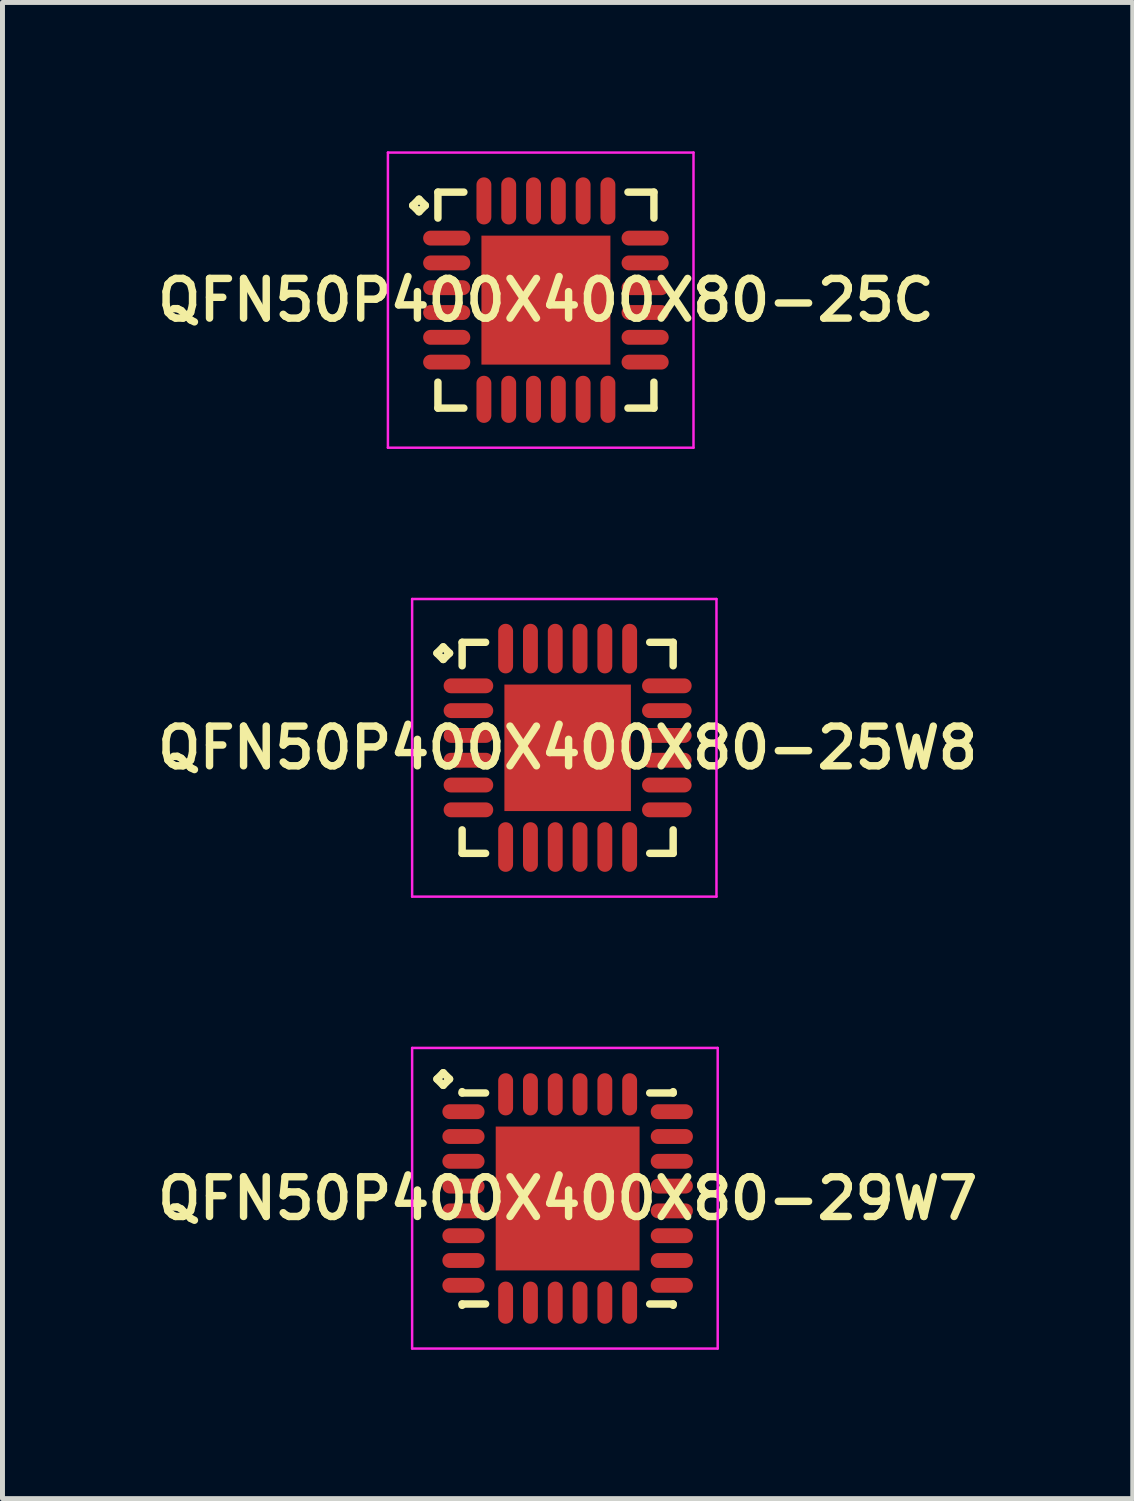
<source format=kicad_pcb>
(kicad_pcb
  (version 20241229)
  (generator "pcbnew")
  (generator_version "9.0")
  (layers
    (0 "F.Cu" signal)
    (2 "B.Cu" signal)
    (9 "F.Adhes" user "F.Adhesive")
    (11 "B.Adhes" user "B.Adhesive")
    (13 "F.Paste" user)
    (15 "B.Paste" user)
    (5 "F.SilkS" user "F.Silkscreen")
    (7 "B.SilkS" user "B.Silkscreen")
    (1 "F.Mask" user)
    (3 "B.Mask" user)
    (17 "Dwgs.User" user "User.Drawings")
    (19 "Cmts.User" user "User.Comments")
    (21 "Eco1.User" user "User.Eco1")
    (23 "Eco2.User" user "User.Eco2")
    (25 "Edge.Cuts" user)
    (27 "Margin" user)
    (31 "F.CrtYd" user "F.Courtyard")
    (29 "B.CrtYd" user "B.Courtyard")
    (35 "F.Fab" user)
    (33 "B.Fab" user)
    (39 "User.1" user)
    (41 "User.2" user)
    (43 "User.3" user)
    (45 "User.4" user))
  (footprint "QFN50P400X400X80-29W7"
    (layer "F.Cu")
    (at 8.393 21.11)
    (property "Reference" "QFN50P400X400X80-29W7" (at 0 0 0) (layer "F.SilkS") (effects (font (size 0.8 0.8) (thickness 0.15))))
    (attr smd)
    (fp_line (start -2.635 -2.408) (end -2.508 -2.535) (stroke (width 0.15) (type solid)) (layer "F.SilkS"))
    (fp_line (start -2.508 -2.535) (end -2.381 -2.408) (stroke (width 0.15) (type solid)) (layer "F.SilkS"))
    (fp_line (start -2.508 -2.281) (end -2.635 -2.408) (stroke (width 0.15) (type solid)) (layer "F.SilkS"))
    (fp_line (start -2.381 -2.408) (end -2.508 -2.281) (stroke (width 0.15) (type solid)) (layer "F.SilkS"))
    (fp_line (start -2.127 -2.154) (end -2.127 -2.127) (stroke (width 0.15) (type solid)) (layer "F.SilkS"))
    (fp_line (start -2.127 -2.127) (end -1.654 -2.127) (stroke (width 0.15) (type solid)) (layer "F.SilkS"))
    (fp_line (start -2.127 2.127) (end -1.654 2.127) (stroke (width 0.15) (type solid)) (layer "F.SilkS"))
    (fp_line (start -2.127 2.154) (end -2.127 2.127) (stroke (width 0.15) (type solid)) (layer "F.SilkS"))
    (fp_line (start 1.654 -2.127) (end 2.127 -2.127) (stroke (width 0.15) (type solid)) (layer "F.SilkS"))
    (fp_line (start 1.654 2.127) (end 2.127 2.127) (stroke (width 0.15) (type solid)) (layer "F.SilkS"))
    (fp_line (start 2.127 -2.127) (end 2.127 -2.154) (stroke (width 0.15) (type solid)) (layer "F.SilkS"))
    (fp_line (start 2.127 2.127) (end 2.127 2.154) (stroke (width 0.15) (type solid)) (layer "F.SilkS"))
    (fp_line (start -3.135 -3.035) (end 3.025 -3.035) (stroke (width 0.05) (type solid)) (layer "F.CrtYd"))
    (fp_line (start -3.135 3.025) (end -3.135 -3.035) (stroke (width 0.05) (type solid)) (layer "F.CrtYd"))
    (fp_line (start 3.025 -3.035) (end 3.025 3.025) (stroke (width 0.05) (type solid)) (layer "F.CrtYd"))
    (fp_line (start 3.025 3.025) (end -3.135 3.025) (stroke (width 0.05) (type solid)) (layer "F.CrtYd"))
    (pad "1" smd oval (at -2.1 -1.75) (size 0.85 0.3) (layers "F.Cu" "F.Mask" "F.Paste"))
    (pad "2" smd oval (at -2.1 -1.25) (size 0.85 0.3) (layers "F.Cu" "F.Mask" "F.Paste"))
    (pad "3" smd oval (at -2.1 -0.75) (size 0.85 0.3) (layers "F.Cu" "F.Mask" "F.Paste"))
    (pad "4" smd oval (at -2.1 -0.25) (size 0.85 0.3) (layers "F.Cu" "F.Mask" "F.Paste"))
    (pad "5" smd oval (at -2.1 0.25) (size 0.85 0.3) (layers "F.Cu" "F.Mask" "F.Paste"))
    (pad "6" smd oval (at -2.1 0.75) (size 0.85 0.3) (layers "F.Cu" "F.Mask" "F.Paste"))
    (pad "7" smd oval (at -2.1 1.25) (size 0.85 0.3) (layers "F.Cu" "F.Mask" "F.Paste"))
    (pad "8" smd oval (at -2.1 1.75) (size 0.85 0.3) (layers "F.Cu" "F.Mask" "F.Paste"))
    (pad "9" smd oval (at -1.25 2.1) (size 0.3 0.85) (layers "F.Cu" "F.Mask" "F.Paste"))
    (pad "10" smd oval (at -0.75 2.1) (size 0.3 0.85) (layers "F.Cu" "F.Mask" "F.Paste"))
    (pad "11" smd oval (at -0.25 2.1) (size 0.3 0.85) (layers "F.Cu" "F.Mask" "F.Paste"))
    (pad "12" smd oval (at 0.25 2.1) (size 0.3 0.85) (layers "F.Cu" "F.Mask" "F.Paste"))
    (pad "13" smd oval (at 0.75 2.1) (size 0.3 0.85) (layers "F.Cu" "F.Mask" "F.Paste"))
    (pad "14" smd oval (at 1.25 2.1) (size 0.3 0.85) (layers "F.Cu" "F.Mask" "F.Paste"))
    (pad "15" smd oval (at 2.1 1.75) (size 0.85 0.3) (layers "F.Cu" "F.Mask" "F.Paste"))
    (pad "16" smd oval (at 2.1 1.25) (size 0.85 0.3) (layers "F.Cu" "F.Mask" "F.Paste"))
    (pad "17" smd oval (at 2.1 0.75) (size 0.85 0.3) (layers "F.Cu" "F.Mask" "F.Paste"))
    (pad "18" smd oval (at 2.1 0.25) (size 0.85 0.3) (layers "F.Cu" "F.Mask" "F.Paste"))
    (pad "19" smd oval (at 2.1 -0.25) (size 0.85 0.3) (layers "F.Cu" "F.Mask" "F.Paste"))
    (pad "20" smd oval (at 2.1 -0.75) (size 0.85 0.3) (layers "F.Cu" "F.Mask" "F.Paste"))
    (pad "21" smd oval (at 2.1 -1.25) (size 0.85 0.3) (layers "F.Cu" "F.Mask" "F.Paste"))
    (pad "22" smd oval (at 2.1 -1.75) (size 0.85 0.3) (layers "F.Cu" "F.Mask" "F.Paste"))
    (pad "23" smd oval (at 1.25 -2.1) (size 0.3 0.85) (layers "F.Cu" "F.Mask" "F.Paste"))
    (pad "24" smd oval (at 0.75 -2.1) (size 0.3 0.85) (layers "F.Cu" "F.Mask" "F.Paste"))
    (pad "25" smd oval (at 0.25 -2.1) (size 0.3 0.85) (layers "F.Cu" "F.Mask" "F.Paste"))
    (pad "26" smd oval (at -0.25 -2.1) (size 0.3 0.85) (layers "F.Cu" "F.Mask" "F.Paste"))
    (pad "27" smd oval (at -0.75 -2.1) (size 0.3 0.85) (layers "F.Cu" "F.Mask" "F.Paste"))
    (pad "28" smd oval (at -1.25 -2.1) (size 0.3 0.85) (layers "F.Cu" "F.Mask" "F.Paste"))
    (pad "29" smd rect (at 0 0) (size 2.9 2.9) (layers "F.Cu" "F.Mask" "F.Paste")))
  (footprint "QFN50P400X400X80-25C"
    (layer "F.Cu")
    (at 7.955 3)
    (property "Reference" "QFN50P400X400X80-25C" (at 0 0 0) (layer "F.SilkS") (effects (font (size 0.8 0.8) (thickness 0.15))))
    (attr smd)
    (fp_line (start -2.685 -1.908) (end -2.558 -2.035) (stroke (width 0.15) (type solid)) (layer "F.SilkS"))
    (fp_line (start -2.558 -2.035) (end -2.431 -1.908) (stroke (width 0.15) (type solid)) (layer "F.SilkS"))
    (fp_line (start -2.558 -1.781) (end -2.685 -1.908) (stroke (width 0.15) (type solid)) (layer "F.SilkS"))
    (fp_line (start -2.431 -1.908) (end -2.558 -1.781) (stroke (width 0.15) (type solid)) (layer "F.SilkS"))
    (fp_line (start -2.177 -2.177) (end -1.654 -2.177) (stroke (width 0.15) (type solid)) (layer "F.SilkS"))
    (fp_line (start -2.177 -1.654) (end -2.177 -2.177) (stroke (width 0.15) (type solid)) (layer "F.SilkS"))
    (fp_line (start -2.177 1.654) (end -2.177 2.177) (stroke (width 0.15) (type solid)) (layer "F.SilkS"))
    (fp_line (start -2.177 2.177) (end -1.654 2.177) (stroke (width 0.15) (type solid)) (layer "F.SilkS"))
    (fp_line (start 1.654 -2.177) (end 2.177 -2.177) (stroke (width 0.15) (type solid)) (layer "F.SilkS"))
    (fp_line (start 1.654 2.177) (end 2.177 2.177) (stroke (width 0.15) (type solid)) (layer "F.SilkS"))
    (fp_line (start 2.177 -2.177) (end 2.177 -1.654) (stroke (width 0.15) (type solid)) (layer "F.SilkS"))
    (fp_line (start 2.177 2.177) (end 2.177 1.654) (stroke (width 0.15) (type solid)) (layer "F.SilkS"))
    (fp_line (start -3.185 -2.975) (end 2.975 -2.975) (stroke (width 0.05) (type solid)) (layer "F.CrtYd"))
    (fp_line (start -3.185 2.975) (end -3.185 -2.975) (stroke (width 0.05) (type solid)) (layer "F.CrtYd"))
    (fp_line (start 2.975 -2.975) (end 2.975 2.975) (stroke (width 0.05) (type solid)) (layer "F.CrtYd"))
    (fp_line (start 2.975 2.975) (end -3.185 2.975) (stroke (width 0.05) (type solid)) (layer "F.CrtYd"))
    (pad "1" smd oval (at -2 -1.25) (size 0.95 0.3) (layers "F.Cu" "F.Mask" "F.Paste"))
    (pad "2" smd oval (at -2 -0.75) (size 0.95 0.3) (layers "F.Cu" "F.Mask" "F.Paste"))
    (pad "3" smd oval (at -2 -0.25) (size 0.95 0.3) (layers "F.Cu" "F.Mask" "F.Paste"))
    (pad "4" smd oval (at -2 0.25) (size 0.95 0.3) (layers "F.Cu" "F.Mask" "F.Paste"))
    (pad "5" smd oval (at -2 0.75) (size 0.95 0.3) (layers "F.Cu" "F.Mask" "F.Paste"))
    (pad "6" smd oval (at -2 1.25) (size 0.95 0.3) (layers "F.Cu" "F.Mask" "F.Paste"))
    (pad "7" smd oval (at -1.25 2) (size 0.3 0.95) (layers "F.Cu" "F.Mask" "F.Paste"))
    (pad "8" smd oval (at -0.75 2) (size 0.3 0.95) (layers "F.Cu" "F.Mask" "F.Paste"))
    (pad "9" smd oval (at -0.25 2) (size 0.3 0.95) (layers "F.Cu" "F.Mask" "F.Paste"))
    (pad "10" smd oval (at 0.25 2) (size 0.3 0.95) (layers "F.Cu" "F.Mask" "F.Paste"))
    (pad "11" smd oval (at 0.75 2) (size 0.3 0.95) (layers "F.Cu" "F.Mask" "F.Paste"))
    (pad "12" smd oval (at 1.25 2) (size 0.3 0.95) (layers "F.Cu" "F.Mask" "F.Paste"))
    (pad "13" smd oval (at 2 1.25) (size 0.95 0.3) (layers "F.Cu" "F.Mask" "F.Paste"))
    (pad "14" smd oval (at 2 0.75) (size 0.95 0.3) (layers "F.Cu" "F.Mask" "F.Paste"))
    (pad "15" smd oval (at 2 0.25) (size 0.95 0.3) (layers "F.Cu" "F.Mask" "F.Paste"))
    (pad "16" smd oval (at 2 -0.25) (size 0.95 0.3) (layers "F.Cu" "F.Mask" "F.Paste"))
    (pad "17" smd oval (at 2 -0.75) (size 0.95 0.3) (layers "F.Cu" "F.Mask" "F.Paste"))
    (pad "18" smd oval (at 2 -1.25) (size 0.95 0.3) (layers "F.Cu" "F.Mask" "F.Paste"))
    (pad "19" smd oval (at 1.25 -2) (size 0.3 0.95) (layers "F.Cu" "F.Mask" "F.Paste"))
    (pad "20" smd oval (at 0.75 -2) (size 0.3 0.95) (layers "F.Cu" "F.Mask" "F.Paste"))
    (pad "21" smd oval (at 0.25 -2) (size 0.3 0.95) (layers "F.Cu" "F.Mask" "F.Paste"))
    (pad "22" smd oval (at -0.25 -2) (size 0.3 0.95) (layers "F.Cu" "F.Mask" "F.Paste"))
    (pad "23" smd oval (at -0.75 -2) (size 0.3 0.95) (layers "F.Cu" "F.Mask" "F.Paste"))
    (pad "24" smd oval (at -1.25 -2) (size 0.3 0.95) (layers "F.Cu" "F.Mask" "F.Paste"))
    (pad "25" smd rect (at 0 0) (size 2.6 2.6) (layers "F.Cu" "F.Mask" "F.Paste")))
  (footprint "QFN50P400X400X80-25W8"
    (layer "F.Cu")
    (at 8.393 12.025)
    (property "Reference" "QFN50P400X400X80-25W8" (at 0 0 0) (layer "F.SilkS") (effects (font (size 0.8 0.8) (thickness 0.15))))
    (attr smd)
    (fp_line (start -2.635 -1.908) (end -2.508 -2.035) (stroke (width 0.15) (type solid)) (layer "F.SilkS"))
    (fp_line (start -2.508 -2.035) (end -2.381 -1.908) (stroke (width 0.15) (type solid)) (layer "F.SilkS"))
    (fp_line (start -2.508 -1.781) (end -2.635 -1.908) (stroke (width 0.15) (type solid)) (layer "F.SilkS"))
    (fp_line (start -2.381 -1.908) (end -2.508 -1.781) (stroke (width 0.15) (type solid)) (layer "F.SilkS"))
    (fp_line (start -2.127 -2.127) (end -1.654 -2.127) (stroke (width 0.15) (type solid)) (layer "F.SilkS"))
    (fp_line (start -2.127 -1.654) (end -2.127 -2.127) (stroke (width 0.15) (type solid)) (layer "F.SilkS"))
    (fp_line (start -2.127 1.654) (end -2.127 2.127) (stroke (width 0.15) (type solid)) (layer "F.SilkS"))
    (fp_line (start -2.127 2.127) (end -1.654 2.127) (stroke (width 0.15) (type solid)) (layer "F.SilkS"))
    (fp_line (start 1.654 -2.127) (end 2.127 -2.127) (stroke (width 0.15) (type solid)) (layer "F.SilkS"))
    (fp_line (start 1.654 2.127) (end 2.127 2.127) (stroke (width 0.15) (type solid)) (layer "F.SilkS"))
    (fp_line (start 2.127 -2.127) (end 2.127 -1.654) (stroke (width 0.15) (type solid)) (layer "F.SilkS"))
    (fp_line (start 2.127 2.127) (end 2.127 1.654) (stroke (width 0.15) (type solid)) (layer "F.SilkS"))
    (fp_line (start -3.135 -3) (end 3 -3) (stroke (width 0.05) (type solid)) (layer "F.CrtYd"))
    (fp_line (start -3.135 3) (end -3.135 -3) (stroke (width 0.05) (type solid)) (layer "F.CrtYd"))
    (fp_line (start 3 -3) (end 3 3) (stroke (width 0.05) (type solid)) (layer "F.CrtYd"))
    (fp_line (start 3 3) (end -3.135 3) (stroke (width 0.05) (type solid)) (layer "F.CrtYd"))
    (pad "1" smd oval (at -2 -1.25) (size 1 0.3) (layers "F.Cu" "F.Mask" "F.Paste"))
    (pad "2" smd oval (at -2 -0.75) (size 1 0.3) (layers "F.Cu" "F.Mask" "F.Paste"))
    (pad "3" smd oval (at -2 -0.25) (size 1 0.3) (layers "F.Cu" "F.Mask" "F.Paste"))
    (pad "4" smd oval (at -2 0.25) (size 1 0.3) (layers "F.Cu" "F.Mask" "F.Paste"))
    (pad "5" smd oval (at -2 0.75) (size 1 0.3) (layers "F.Cu" "F.Mask" "F.Paste"))
    (pad "6" smd oval (at -2 1.25) (size 1 0.3) (layers "F.Cu" "F.Mask" "F.Paste"))
    (pad "7" smd oval (at -1.25 2) (size 0.3 1) (layers "F.Cu" "F.Mask" "F.Paste"))
    (pad "8" smd oval (at -0.75 2) (size 0.3 1) (layers "F.Cu" "F.Mask" "F.Paste"))
    (pad "9" smd oval (at -0.25 2) (size 0.3 1) (layers "F.Cu" "F.Mask" "F.Paste"))
    (pad "10" smd oval (at 0.25 2) (size 0.3 1) (layers "F.Cu" "F.Mask" "F.Paste"))
    (pad "11" smd oval (at 0.75 2) (size 0.3 1) (layers "F.Cu" "F.Mask" "F.Paste"))
    (pad "12" smd oval (at 1.25 2) (size 0.3 1) (layers "F.Cu" "F.Mask" "F.Paste"))
    (pad "13" smd oval (at 2 1.25) (size 1 0.3) (layers "F.Cu" "F.Mask" "F.Paste"))
    (pad "14" smd oval (at 2 0.75) (size 1 0.3) (layers "F.Cu" "F.Mask" "F.Paste"))
    (pad "15" smd oval (at 2 0.25) (size 1 0.3) (layers "F.Cu" "F.Mask" "F.Paste"))
    (pad "16" smd oval (at 2 -0.25) (size 1 0.3) (layers "F.Cu" "F.Mask" "F.Paste"))
    (pad "17" smd oval (at 2 -0.75) (size 1 0.3) (layers "F.Cu" "F.Mask" "F.Paste"))
    (pad "18" smd oval (at 2 -1.25) (size 1 0.3) (layers "F.Cu" "F.Mask" "F.Paste"))
    (pad "19" smd oval (at 1.25 -2) (size 0.3 1) (layers "F.Cu" "F.Mask" "F.Paste"))
    (pad "20" smd oval (at 0.75 -2) (size 0.3 1) (layers "F.Cu" "F.Mask" "F.Paste"))
    (pad "21" smd oval (at 0.25 -2) (size 0.3 1) (layers "F.Cu" "F.Mask" "F.Paste"))
    (pad "22" smd oval (at -0.25 -2) (size 0.3 1) (layers "F.Cu" "F.Mask" "F.Paste"))
    (pad "23" smd oval (at -0.75 -2) (size 0.3 1) (layers "F.Cu" "F.Mask" "F.Paste"))
    (pad "24" smd oval (at -1.25 -2) (size 0.3 1) (layers "F.Cu" "F.Mask" "F.Paste"))
    (pad "25" smd rect (at 0 0) (size 2.55 2.55) (layers "F.Cu" "F.Mask" "F.Paste")))
  (gr_rect
    (start -3 -3)
    (end 19.785 27.16)
    (stroke (width 0.1) (type default))
    (fill no)
    (layer "Edge.Cuts")))
</source>
